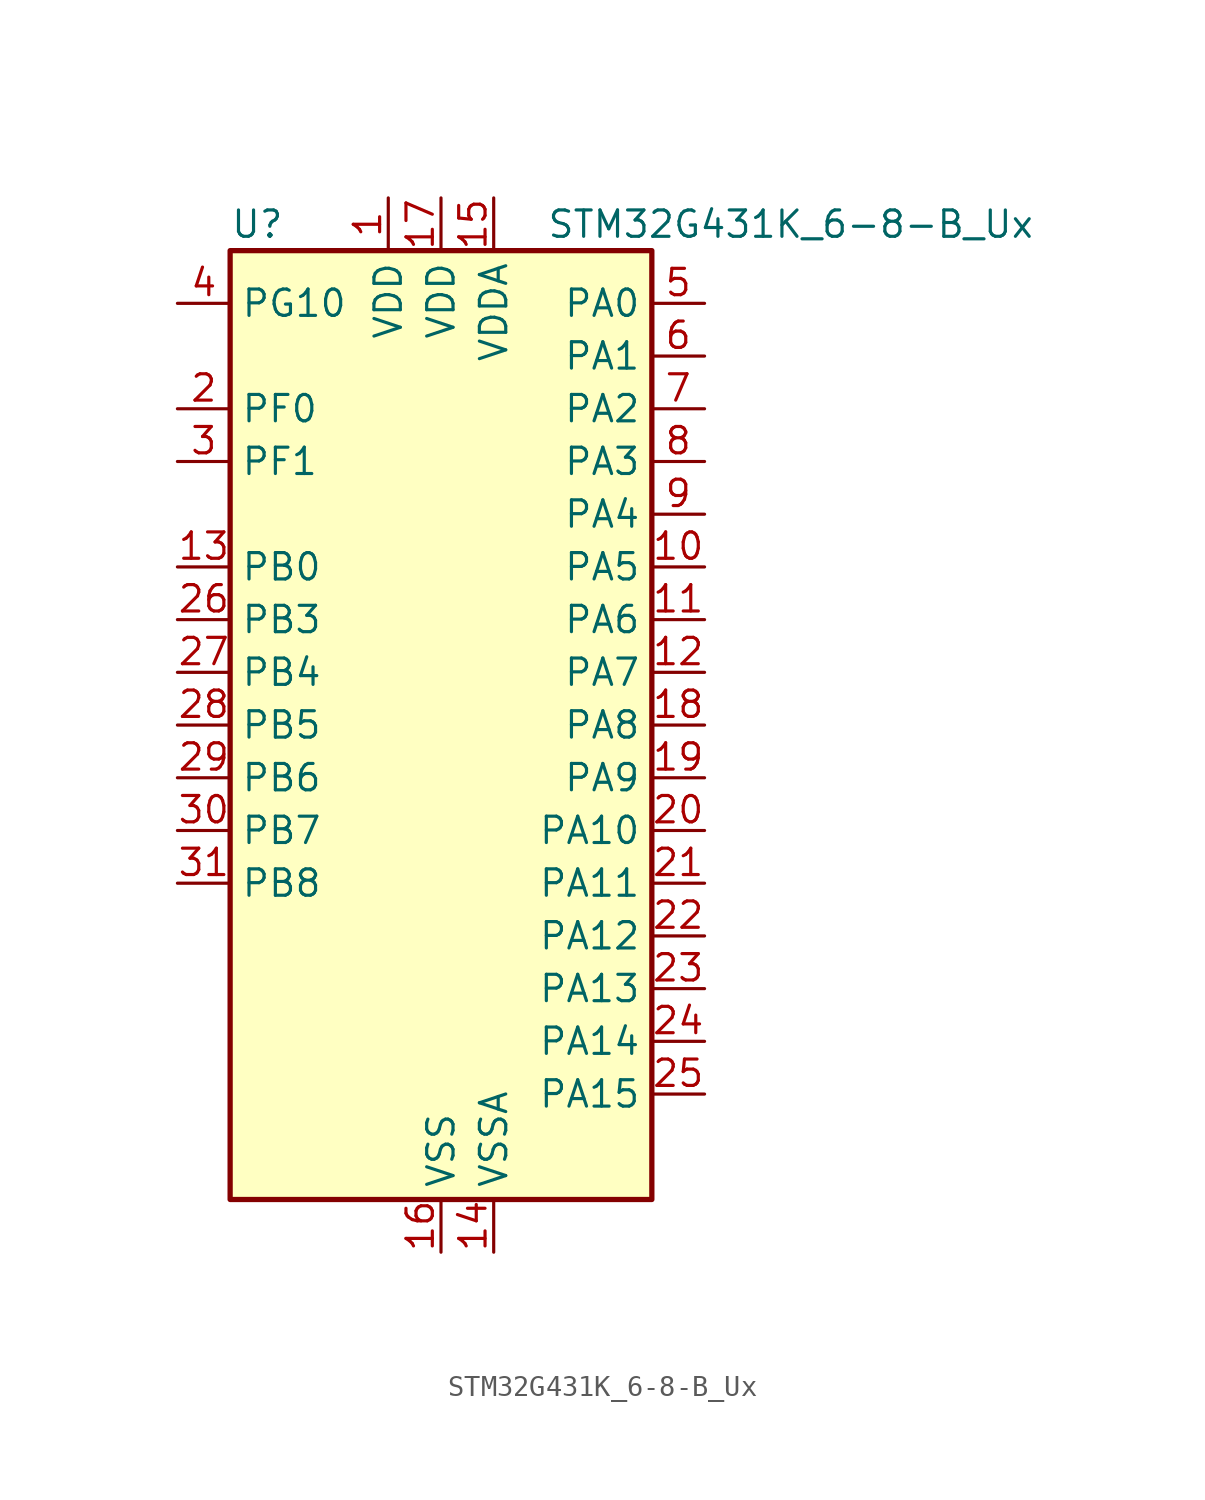
<source format=kicad_sym>
(kicad_symbol_lib
  (version 20231120)
  (generator "kicad_symbol_editor")
  (generator_version "8.0")
  (symbol "STM32G431K_6-8-B_Ux"
    (property "Reference" "U"
      (at -10.16 24.13 0)
      (effects (font (size 1.27 1.27)) (justify left)))
    (property "Value" "STM32G431K_6-8-B_Ux"
      (at 5.08 24.13 0)
      (effects (font (size 1.27 1.27)) (justify left)))
    (property "ki_locked" ""
      (at 0 0 0)
      (effects (font (size 1.27 1.27))))
    (symbol "STM32G431K_6-8-B_Ux_0_1"
      (rectangle (start -10.16 -22.86) (end 10.16 22.86) (stroke (width 0.254) (type default)) (fill (type background))))
    (symbol "STM32G431K_6-8-B_Ux_1_1"
      (pin power_in line (at -2.54 25.4 270) (length 2.54) (name "VDD" (effects (font (size 1.27 1.27)))) (number "1" (effects (font (size 1.27 1.27)))))
      (pin bidirectional line (at 12.7 7.62 180) (length 2.54) (name "PA5" (effects (font (size 1.27 1.27)))) (number "10" (effects (font (size 1.27 1.27)))) (alternate "ADC2_IN13" bidirectional line) (alternate "COMP2_INM" bidirectional line) (alternate "DAC1_OUT2" bidirectional line) (alternate "OPAMP2_VINM" bidirectional line) (alternate "OPAMP2_VINM0" bidirectional line) (alternate "OPAMP2_VINM_SEC" bidirectional line) (alternate "SPI1_SCK" bidirectional line) (alternate "TIM2_CH1" bidirectional line) (alternate "TIM2_ETR" bidirectional line) (alternate "UCPD1_FRSTX1" bidirectional line) (alternate "UCPD1_FRSTX2" bidirectional line))
      (pin bidirectional line (at 12.7 5.08 180) (length 2.54) (name "PA6" (effects (font (size 1.27 1.27)))) (number "11" (effects (font (size 1.27 1.27)))) (alternate "ADC2_IN3" bidirectional line) (alternate "COMP1_OUT" bidirectional line) (alternate "LPUART1_CTS" bidirectional line) (alternate "OPAMP2_VOUT" bidirectional line) (alternate "SPI1_MISO" bidirectional line) (alternate "TIM16_CH1" bidirectional line) (alternate "TIM1_BKIN" bidirectional line) (alternate "TIM3_CH1" bidirectional line) (alternate "TIM8_BKIN" bidirectional line))
      (pin bidirectional line (at 12.7 2.54 180) (length 2.54) (name "PA7" (effects (font (size 1.27 1.27)))) (number "12" (effects (font (size 1.27 1.27)))) (alternate "ADC2_IN4" bidirectional line) (alternate "COMP2_INP" bidirectional line) (alternate "COMP2_OUT" bidirectional line) (alternate "OPAMP1_VINP" bidirectional line) (alternate "OPAMP1_VINP_SEC" bidirectional line) (alternate "OPAMP2_VINP" bidirectional line) (alternate "OPAMP2_VINP_SEC" bidirectional line) (alternate "SPI1_MOSI" bidirectional line) (alternate "TIM17_CH1" bidirectional line) (alternate "TIM1_CH1N" bidirectional line) (alternate "TIM3_CH2" bidirectional line) (alternate "TIM8_CH1N" bidirectional line) (alternate "UCPD1_FRSTX1" bidirectional line) (alternate "UCPD1_FRSTX2" bidirectional line))
      (pin bidirectional line (at -12.7 7.62 0) (length 2.54) (name "PB0" (effects (font (size 1.27 1.27)))) (number "13" (effects (font (size 1.27 1.27)))) (alternate "ADC1_IN15" bidirectional line) (alternate "COMP4_INP" bidirectional line) (alternate "OPAMP2_VINP" bidirectional line) (alternate "OPAMP2_VINP_SEC" bidirectional line) (alternate "OPAMP3_VINP" bidirectional line) (alternate "OPAMP3_VINP_SEC" bidirectional line) (alternate "TIM1_CH2N" bidirectional line) (alternate "TIM3_CH3" bidirectional line) (alternate "TIM8_CH2N" bidirectional line) (alternate "UCPD1_FRSTX1" bidirectional line) (alternate "UCPD1_FRSTX2" bidirectional line))
      (pin power_in line (at 2.54 -25.4 90) (length 2.54) (name "VSSA" (effects (font (size 1.27 1.27)))) (number "14" (effects (font (size 1.27 1.27)))))
      (pin power_in line (at 2.54 25.4 270) (length 2.54) (name "VDDA" (effects (font (size 1.27 1.27)))) (number "15" (effects (font (size 1.27 1.27)))))
      (pin power_in line (at 0 -25.4 90) (length 2.54) (name "VSS" (effects (font (size 1.27 1.27)))) (number "16" (effects (font (size 1.27 1.27)))))
      (pin power_in line (at 0 25.4 270) (length 2.54) (name "VDD" (effects (font (size 1.27 1.27)))) (number "17" (effects (font (size 1.27 1.27)))))
      (pin bidirectional line (at 12.7 0 180) (length 2.54) (name "PA8" (effects (font (size 1.27 1.27)))) (number "18" (effects (font (size 1.27 1.27)))) (alternate "I2C2_SDA" bidirectional line) (alternate "I2C3_SCL" bidirectional line) (alternate "I2S2_MCK" bidirectional line) (alternate "RCC_MCO" bidirectional line) (alternate "SAI1_CK2" bidirectional line) (alternate "SAI1_SCK_A" bidirectional line) (alternate "TIM1_CH1" bidirectional line) (alternate "TIM4_ETR" bidirectional line) (alternate "USART1_CK" bidirectional line))
      (pin bidirectional line (at 12.7 -2.54 180) (length 2.54) (name "PA9" (effects (font (size 1.27 1.27)))) (number "19" (effects (font (size 1.27 1.27)))) (alternate "DAC1_EXTI9" bidirectional line) (alternate "DAC3_EXTI9" bidirectional line) (alternate "I2C2_SCL" bidirectional line) (alternate "I2C3_SMBA" bidirectional line) (alternate "I2S3_MCK" bidirectional line) (alternate "SAI1_FS_A" bidirectional line) (alternate "TIM15_BKIN" bidirectional line) (alternate "TIM1_CH2" bidirectional line) (alternate "TIM2_CH3" bidirectional line) (alternate "UCPD1_DBCC1" bidirectional line) (alternate "USART1_TX" bidirectional line))
      (pin bidirectional line (at -12.7 15.24 0) (length 2.54) (name "PF0" (effects (font (size 1.27 1.27)))) (number "2" (effects (font (size 1.27 1.27)))) (alternate "ADC1_IN10" bidirectional line) (alternate "I2C2_SDA" bidirectional line) (alternate "I2S2_WS" bidirectional line) (alternate "RCC_OSC_IN" bidirectional line) (alternate "SPI2_NSS" bidirectional line) (alternate "TIM1_CH3N" bidirectional line))
      (pin bidirectional line (at 12.7 -5.08 180) (length 2.54) (name "PA10" (effects (font (size 1.27 1.27)))) (number "20" (effects (font (size 1.27 1.27)))) (alternate "CRS_SYNC" bidirectional line) (alternate "DAC1_EXTI10" bidirectional line) (alternate "DAC3_EXTI10" bidirectional line) (alternate "I2C2_SMBA" bidirectional line) (alternate "SAI1_D1" bidirectional line) (alternate "SAI1_SD_A" bidirectional line) (alternate "SPI2_MISO" bidirectional line) (alternate "TIM17_BKIN" bidirectional line) (alternate "TIM1_CH3" bidirectional line) (alternate "TIM2_CH4" bidirectional line) (alternate "TIM8_BKIN" bidirectional line) (alternate "UCPD1_DBCC2" bidirectional line) (alternate "USART1_RX" bidirectional line))
      (pin bidirectional line (at 12.7 -7.62 180) (length 2.54) (name "PA11" (effects (font (size 1.27 1.27)))) (number "21" (effects (font (size 1.27 1.27)))) (alternate "ADC1_EXTI11" bidirectional line) (alternate "ADC2_EXTI11" bidirectional line) (alternate "COMP1_OUT" bidirectional line) (alternate "FDCAN1_RX" bidirectional line) (alternate "I2S2_SD" bidirectional line) (alternate "SPI2_MOSI" bidirectional line) (alternate "TIM1_BKIN2" bidirectional line) (alternate "TIM1_CH1N" bidirectional line) (alternate "TIM1_CH4" bidirectional line) (alternate "TIM4_CH1" bidirectional line) (alternate "USART1_CTS" bidirectional line) (alternate "USART1_NSS" bidirectional line) (alternate "USB_DM" bidirectional line))
      (pin bidirectional line (at 12.7 -10.16 180) (length 2.54) (name "PA12" (effects (font (size 1.27 1.27)))) (number "22" (effects (font (size 1.27 1.27)))) (alternate "COMP2_OUT" bidirectional line) (alternate "FDCAN1_TX" bidirectional line) (alternate "I2S_CKIN" bidirectional line) (alternate "TIM16_CH1" bidirectional line) (alternate "TIM1_CH2N" bidirectional line) (alternate "TIM1_ETR" bidirectional line) (alternate "TIM4_CH2" bidirectional line) (alternate "USART1_DE" bidirectional line) (alternate "USART1_RTS" bidirectional line) (alternate "USB_DP" bidirectional line))
      (pin bidirectional line (at 12.7 -12.7 180) (length 2.54) (name "PA13" (effects (font (size 1.27 1.27)))) (number "23" (effects (font (size 1.27 1.27)))) (alternate "I2C1_SCL" bidirectional line) (alternate "IR_OUT" bidirectional line) (alternate "SAI1_SD_B" bidirectional line) (alternate "SYS_JTMS-SWDIO" bidirectional line) (alternate "TIM16_CH1N" bidirectional line) (alternate "TIM4_CH3" bidirectional line))
      (pin bidirectional line (at 12.7 -15.24 180) (length 2.54) (name "PA14" (effects (font (size 1.27 1.27)))) (number "24" (effects (font (size 1.27 1.27)))) (alternate "I2C1_SDA" bidirectional line) (alternate "LPTIM1_OUT" bidirectional line) (alternate "SAI1_FS_B" bidirectional line) (alternate "SYS_JTCK-SWCLK" bidirectional line) (alternate "TIM1_BKIN" bidirectional line) (alternate "TIM8_CH2" bidirectional line) (alternate "USART2_TX" bidirectional line))
      (pin bidirectional line (at 12.7 -17.78 180) (length 2.54) (name "PA15" (effects (font (size 1.27 1.27)))) (number "25" (effects (font (size 1.27 1.27)))) (alternate "ADC1_EXTI15" bidirectional line) (alternate "ADC2_EXTI15" bidirectional line) (alternate "I2C1_SCL" bidirectional line) (alternate "I2S3_WS" bidirectional line) (alternate "SPI1_NSS" bidirectional line) (alternate "SPI3_NSS" bidirectional line) (alternate "SYS_JTDI" bidirectional line) (alternate "TIM1_BKIN" bidirectional line) (alternate "TIM2_CH1" bidirectional line) (alternate "TIM2_ETR" bidirectional line) (alternate "TIM8_CH1" bidirectional line) (alternate "USART2_RX" bidirectional line))
      (pin bidirectional line (at -12.7 5.08 0) (length 2.54) (name "PB3" (effects (font (size 1.27 1.27)))) (number "26" (effects (font (size 1.27 1.27)))) (alternate "CRS_SYNC" bidirectional line) (alternate "I2S3_CK" bidirectional line) (alternate "SAI1_SCK_B" bidirectional line) (alternate "SPI1_SCK" bidirectional line) (alternate "SPI3_SCK" bidirectional line) (alternate "SYS_JTDO-SWO" bidirectional line) (alternate "TIM2_CH2" bidirectional line) (alternate "TIM3_ETR" bidirectional line) (alternate "TIM4_ETR" bidirectional line) (alternate "TIM8_CH1N" bidirectional line) (alternate "USART2_TX" bidirectional line))
      (pin bidirectional line (at -12.7 2.54 0) (length 2.54) (name "PB4" (effects (font (size 1.27 1.27)))) (number "27" (effects (font (size 1.27 1.27)))) (alternate "SAI1_MCLK_B" bidirectional line) (alternate "SPI1_MISO" bidirectional line) (alternate "SPI3_MISO" bidirectional line) (alternate "SYS_JTRST" bidirectional line) (alternate "TIM16_CH1" bidirectional line) (alternate "TIM17_BKIN" bidirectional line) (alternate "TIM3_CH1" bidirectional line) (alternate "TIM8_CH2N" bidirectional line) (alternate "UCPD1_CC2" bidirectional line) (alternate "USART2_RX" bidirectional line))
      (pin bidirectional line (at -12.7 0 0) (length 2.54) (name "PB5" (effects (font (size 1.27 1.27)))) (number "28" (effects (font (size 1.27 1.27)))) (alternate "I2C1_SMBA" bidirectional line) (alternate "I2C3_SDA" bidirectional line) (alternate "I2S3_SD" bidirectional line) (alternate "LPTIM1_IN1" bidirectional line) (alternate "SAI1_SD_B" bidirectional line) (alternate "SPI1_MOSI" bidirectional line) (alternate "SPI3_MOSI" bidirectional line) (alternate "TIM16_BKIN" bidirectional line) (alternate "TIM17_CH1" bidirectional line) (alternate "TIM3_CH2" bidirectional line) (alternate "TIM8_CH3N" bidirectional line) (alternate "USART2_CK" bidirectional line))
      (pin bidirectional line (at -12.7 -2.54 0) (length 2.54) (name "PB6" (effects (font (size 1.27 1.27)))) (number "29" (effects (font (size 1.27 1.27)))) (alternate "COMP4_OUT" bidirectional line) (alternate "LPTIM1_ETR" bidirectional line) (alternate "SAI1_FS_B" bidirectional line) (alternate "TIM16_CH1N" bidirectional line) (alternate "TIM4_CH1" bidirectional line) (alternate "TIM8_BKIN2" bidirectional line) (alternate "TIM8_CH1" bidirectional line) (alternate "TIM8_ETR" bidirectional line) (alternate "UCPD1_CC1" bidirectional line) (alternate "USART1_TX" bidirectional line))
      (pin bidirectional line (at -12.7 12.7 0) (length 2.54) (name "PF1" (effects (font (size 1.27 1.27)))) (number "3" (effects (font (size 1.27 1.27)))) (alternate "ADC2_IN10" bidirectional line) (alternate "COMP3_INM" bidirectional line) (alternate "I2S2_CK" bidirectional line) (alternate "RCC_OSC_OUT" bidirectional line) (alternate "SPI2_SCK" bidirectional line))
      (pin bidirectional line (at -12.7 -5.08 0) (length 2.54) (name "PB7" (effects (font (size 1.27 1.27)))) (number "30" (effects (font (size 1.27 1.27)))) (alternate "COMP3_OUT" bidirectional line) (alternate "I2C1_SDA" bidirectional line) (alternate "LPTIM1_IN2" bidirectional line) (alternate "SYS_PVD_IN" bidirectional line) (alternate "TIM17_CH1N" bidirectional line) (alternate "TIM3_CH4" bidirectional line) (alternate "TIM4_CH2" bidirectional line) (alternate "TIM8_BKIN" bidirectional line) (alternate "USART1_RX" bidirectional line))
      (pin bidirectional line (at -12.7 -7.62 0) (length 2.54) (name "PB8" (effects (font (size 1.27 1.27)))) (number "31" (effects (font (size 1.27 1.27)))) (alternate "COMP1_OUT" bidirectional line) (alternate "FDCAN1_RX" bidirectional line) (alternate "I2C1_SCL" bidirectional line) (alternate "SAI1_CK1" bidirectional line) (alternate "SAI1_MCLK_A" bidirectional line) (alternate "TIM16_CH1" bidirectional line) (alternate "TIM1_BKIN" bidirectional line) (alternate "TIM4_CH3" bidirectional line) (alternate "TIM8_CH2" bidirectional line))
      (pin passive line (at 0 -25.4 90) (length 2.54) hide (name "VSS" (effects (font (size 1.27 1.27)))) (number "32" (effects (font (size 1.27 1.27)))))
      (pin passive line (at 0 -25.4 90) (length 2.54) hide (name "VSS" (effects (font (size 1.27 1.27)))) (number "33" (effects (font (size 1.27 1.27)))))
      (pin bidirectional line (at -12.7 20.32 0) (length 2.54) (name "PG10" (effects (font (size 1.27 1.27)))) (number "4" (effects (font (size 1.27 1.27)))) (alternate "DAC1_EXTI10" bidirectional line) (alternate "DAC3_EXTI10" bidirectional line) (alternate "RCC_MCO" bidirectional line))
      (pin bidirectional line (at 12.7 20.32 180) (length 2.54) (name "PA0" (effects (font (size 1.27 1.27)))) (number "5" (effects (font (size 1.27 1.27)))) (alternate "ADC1_IN1" bidirectional line) (alternate "ADC2_IN1" bidirectional line) (alternate "COMP1_INM" bidirectional line) (alternate "COMP1_OUT" bidirectional line) (alternate "COMP3_INP" bidirectional line) (alternate "RTC_TAMP2" bidirectional line) (alternate "SYS_WKUP1" bidirectional line) (alternate "TIM2_CH1" bidirectional line) (alternate "TIM2_ETR" bidirectional line) (alternate "TIM8_BKIN" bidirectional line) (alternate "TIM8_ETR" bidirectional line) (alternate "USART2_CTS" bidirectional line) (alternate "USART2_NSS" bidirectional line))
      (pin bidirectional line (at 12.7 17.78 180) (length 2.54) (name "PA1" (effects (font (size 1.27 1.27)))) (number "6" (effects (font (size 1.27 1.27)))) (alternate "ADC1_IN2" bidirectional line) (alternate "ADC2_IN2" bidirectional line) (alternate "COMP1_INP" bidirectional line) (alternate "OPAMP1_VINP" bidirectional line) (alternate "OPAMP1_VINP_SEC" bidirectional line) (alternate "OPAMP3_VINP" bidirectional line) (alternate "OPAMP3_VINP_SEC" bidirectional line) (alternate "RTC_REFIN" bidirectional line) (alternate "TIM15_CH1N" bidirectional line) (alternate "TIM2_CH2" bidirectional line) (alternate "USART2_DE" bidirectional line) (alternate "USART2_RTS" bidirectional line))
      (pin bidirectional line (at 12.7 15.24 180) (length 2.54) (name "PA2" (effects (font (size 1.27 1.27)))) (number "7" (effects (font (size 1.27 1.27)))) (alternate "ADC1_IN3" bidirectional line) (alternate "COMP2_INM" bidirectional line) (alternate "COMP2_OUT" bidirectional line) (alternate "LPUART1_TX" bidirectional line) (alternate "OPAMP1_VOUT" bidirectional line) (alternate "RCC_LSCO" bidirectional line) (alternate "SYS_WKUP4" bidirectional line) (alternate "TIM15_CH1" bidirectional line) (alternate "TIM2_CH3" bidirectional line) (alternate "UCPD1_FRSTX1" bidirectional line) (alternate "UCPD1_FRSTX2" bidirectional line) (alternate "USART2_TX" bidirectional line))
      (pin bidirectional line (at 12.7 12.7 180) (length 2.54) (name "PA3" (effects (font (size 1.27 1.27)))) (number "8" (effects (font (size 1.27 1.27)))) (alternate "ADC1_IN4" bidirectional line) (alternate "COMP2_INP" bidirectional line) (alternate "LPUART1_RX" bidirectional line) (alternate "OPAMP1_VINM" bidirectional line) (alternate "OPAMP1_VINM0" bidirectional line) (alternate "OPAMP1_VINM_SEC" bidirectional line) (alternate "OPAMP1_VINP" bidirectional line) (alternate "OPAMP1_VINP_SEC" bidirectional line) (alternate "SAI1_CK1" bidirectional line) (alternate "SAI1_MCLK_A" bidirectional line) (alternate "TIM15_CH2" bidirectional line) (alternate "TIM2_CH4" bidirectional line) (alternate "USART2_RX" bidirectional line))
      (pin bidirectional line (at 12.7 10.16 180) (length 2.54) (name "PA4" (effects (font (size 1.27 1.27)))) (number "9" (effects (font (size 1.27 1.27)))) (alternate "ADC2_IN17" bidirectional line) (alternate "COMP1_INM" bidirectional line) (alternate "DAC1_OUT1" bidirectional line) (alternate "I2S3_WS" bidirectional line) (alternate "SAI1_FS_B" bidirectional line) (alternate "SPI1_NSS" bidirectional line) (alternate "SPI3_NSS" bidirectional line) (alternate "TIM3_CH2" bidirectional line) (alternate "USART2_CK" bidirectional line)))))
</source>
